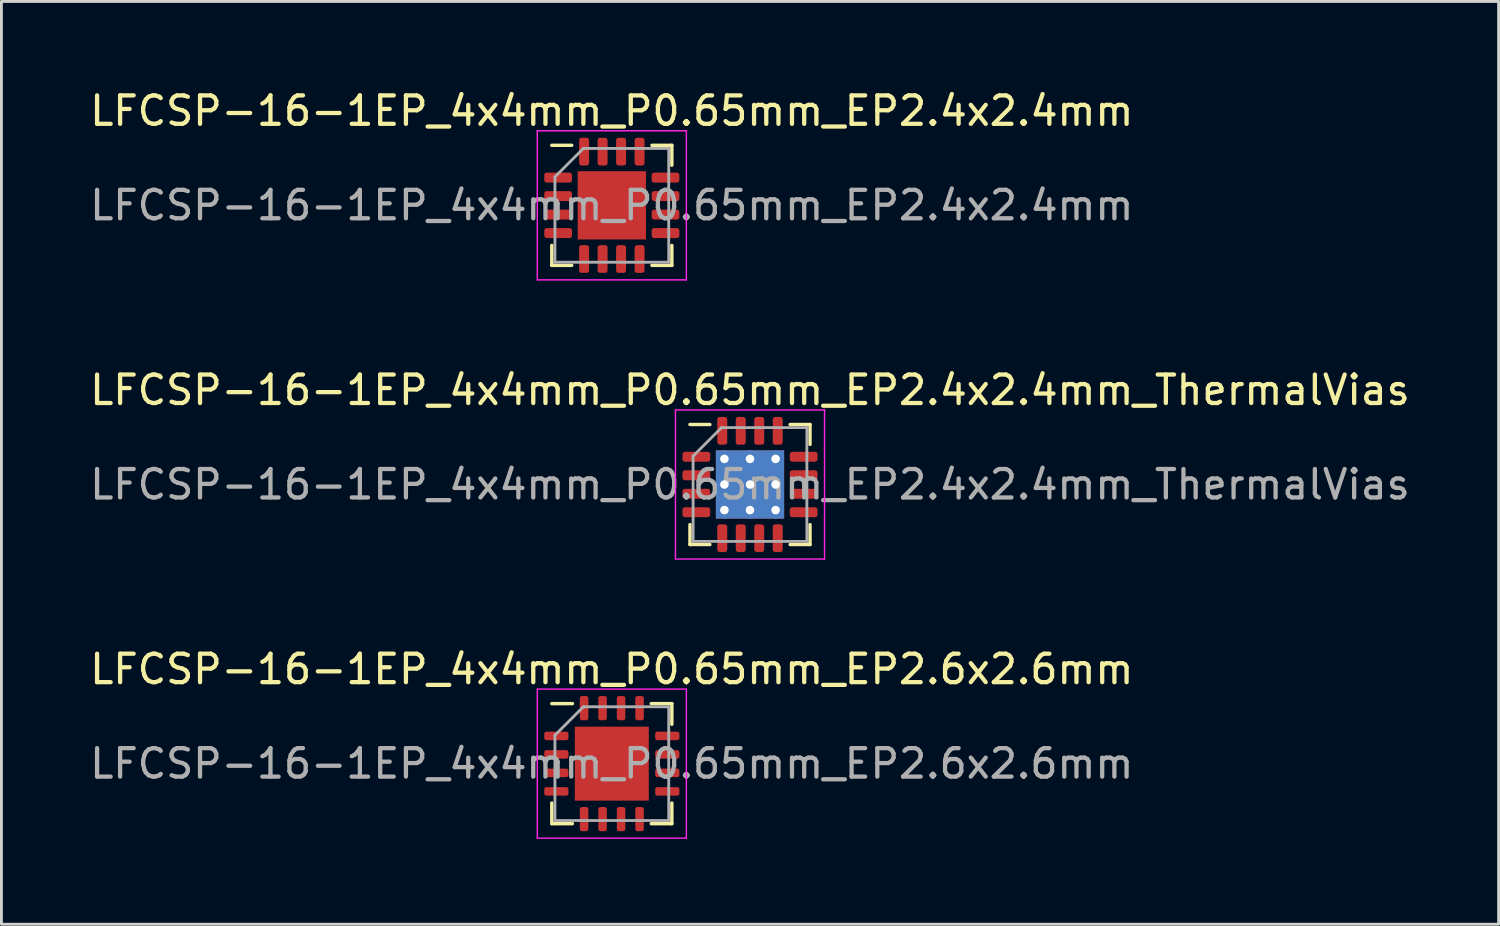
<source format=kicad_pcb>
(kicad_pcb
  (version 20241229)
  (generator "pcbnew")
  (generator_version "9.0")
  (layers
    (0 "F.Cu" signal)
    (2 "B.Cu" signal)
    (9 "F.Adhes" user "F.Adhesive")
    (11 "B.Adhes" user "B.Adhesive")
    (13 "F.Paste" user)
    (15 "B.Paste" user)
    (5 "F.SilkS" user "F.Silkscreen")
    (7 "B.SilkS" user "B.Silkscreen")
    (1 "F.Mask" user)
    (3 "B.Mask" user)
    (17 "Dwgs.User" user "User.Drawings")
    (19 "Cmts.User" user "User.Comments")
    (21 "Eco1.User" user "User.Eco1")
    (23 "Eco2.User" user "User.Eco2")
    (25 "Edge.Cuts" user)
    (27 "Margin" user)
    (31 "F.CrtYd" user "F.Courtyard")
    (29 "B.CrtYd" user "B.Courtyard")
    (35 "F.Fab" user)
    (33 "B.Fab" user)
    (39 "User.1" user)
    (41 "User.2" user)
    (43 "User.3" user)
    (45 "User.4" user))
  (footprint "LFCSP-16-1EP_4x4mm_P0.65mm_EP2.4x2.4mm"
    (layer "F.Cu")
    (at 18.458 4.168)
    (property "Reference" "LFCSP-16-1EP_4x4mm_P0.65mm_EP2.4x2.4mm" (at 0 -3.32 0) (layer "F.SilkS") (effects (font (size 1 1) (thickness 0.15))))
    (attr smd)
    (fp_line (start -2.11 2.11) (end -2.11 1.41) (stroke (width 0.12) (type solid)) (layer "F.SilkS"))
    (fp_line (start -1.41 -2.11) (end -2.11 -2.11) (stroke (width 0.12) (type solid)) (layer "F.SilkS"))
    (fp_line (start -1.41 2.11) (end -2.11 2.11) (stroke (width 0.12) (type solid)) (layer "F.SilkS"))
    (fp_line (start 1.41 -2.11) (end 2.11 -2.11) (stroke (width 0.12) (type solid)) (layer "F.SilkS"))
    (fp_line (start 1.41 2.11) (end 2.11 2.11) (stroke (width 0.12) (type solid)) (layer "F.SilkS"))
    (fp_line (start 2.11 -2.11) (end 2.11 -1.41) (stroke (width 0.12) (type solid)) (layer "F.SilkS"))
    (fp_line (start 2.11 2.11) (end 2.11 1.41) (stroke (width 0.12) (type solid)) (layer "F.SilkS"))
    (fp_line (start -2.62 -2.62) (end -2.62 2.62) (stroke (width 0.05) (type solid)) (layer "F.CrtYd"))
    (fp_line (start -2.62 2.62) (end 2.62 2.62) (stroke (width 0.05) (type solid)) (layer "F.CrtYd"))
    (fp_line (start 2.62 -2.62) (end -2.62 -2.62) (stroke (width 0.05) (type solid)) (layer "F.CrtYd"))
    (fp_line (start 2.62 2.62) (end 2.62 -2.62) (stroke (width 0.05) (type solid)) (layer "F.CrtYd"))
    (fp_line (start -2 -1) (end -1 -2) (stroke (width 0.1) (type solid)) (layer "F.Fab"))
    (fp_line (start -2 2) (end -2 -1) (stroke (width 0.1) (type solid)) (layer "F.Fab"))
    (fp_line (start -1 -2) (end 2 -2) (stroke (width 0.1) (type solid)) (layer "F.Fab"))
    (fp_line (start 2 -2) (end 2 2) (stroke (width 0.1) (type solid)) (layer "F.Fab"))
    (fp_line (start 2 2) (end -2 2) (stroke (width 0.1) (type solid)) (layer "F.Fab"))
    (fp_text user "${REFERENCE}" (at 0 0 0) (layer "F.Fab") (effects (font (size 1 1) (thickness 0.15))))
    (pad "" smd roundrect (at -0.6 -0.6) (size 0.97 0.97) (layers "F.Paste") (roundrect_rratio 0.25))
    (pad "" smd roundrect (at -0.6 0.6) (size 0.97 0.97) (layers "F.Paste") (roundrect_rratio 0.25))
    (pad "" smd roundrect (at 0.6 -0.6) (size 0.97 0.97) (layers "F.Paste") (roundrect_rratio 0.25))
    (pad "" smd roundrect (at 0.6 0.6) (size 0.97 0.97) (layers "F.Paste") (roundrect_rratio 0.25))
    (pad "1" smd roundrect (at -1.887 -0.975) (size 0.975 0.35) (layers "F.Cu" "F.Mask" "F.Paste") (roundrect_rratio 0.25))
    (pad "2" smd roundrect (at -1.887 -0.325) (size 0.975 0.35) (layers "F.Cu" "F.Mask" "F.Paste") (roundrect_rratio 0.25))
    (pad "3" smd roundrect (at -1.887 0.325) (size 0.975 0.35) (layers "F.Cu" "F.Mask" "F.Paste") (roundrect_rratio 0.25))
    (pad "4" smd roundrect (at -1.887 0.975) (size 0.975 0.35) (layers "F.Cu" "F.Mask" "F.Paste") (roundrect_rratio 0.25))
    (pad "5" smd roundrect (at -0.975 1.887) (size 0.35 0.975) (layers "F.Cu" "F.Mask" "F.Paste") (roundrect_rratio 0.25))
    (pad "6" smd roundrect (at -0.325 1.887) (size 0.35 0.975) (layers "F.Cu" "F.Mask" "F.Paste") (roundrect_rratio 0.25))
    (pad "7" smd roundrect (at 0.325 1.887) (size 0.35 0.975) (layers "F.Cu" "F.Mask" "F.Paste") (roundrect_rratio 0.25))
    (pad "8" smd roundrect (at 0.975 1.887) (size 0.35 0.975) (layers "F.Cu" "F.Mask" "F.Paste") (roundrect_rratio 0.25))
    (pad "9" smd roundrect (at 1.887 0.975) (size 0.975 0.35) (layers "F.Cu" "F.Mask" "F.Paste") (roundrect_rratio 0.25))
    (pad "10" smd roundrect (at 1.887 0.325) (size 0.975 0.35) (layers "F.Cu" "F.Mask" "F.Paste") (roundrect_rratio 0.25))
    (pad "11" smd roundrect (at 1.887 -0.325) (size 0.975 0.35) (layers "F.Cu" "F.Mask" "F.Paste") (roundrect_rratio 0.25))
    (pad "12" smd roundrect (at 1.887 -0.975) (size 0.975 0.35) (layers "F.Cu" "F.Mask" "F.Paste") (roundrect_rratio 0.25))
    (pad "13" smd roundrect (at 0.975 -1.887) (size 0.35 0.975) (layers "F.Cu" "F.Mask" "F.Paste") (roundrect_rratio 0.25))
    (pad "14" smd roundrect (at 0.325 -1.887) (size 0.35 0.975) (layers "F.Cu" "F.Mask" "F.Paste") (roundrect_rratio 0.25))
    (pad "15" smd roundrect (at -0.325 -1.887) (size 0.35 0.975) (layers "F.Cu" "F.Mask" "F.Paste") (roundrect_rratio 0.25))
    (pad "16" smd roundrect (at -0.975 -1.887) (size 0.35 0.975) (layers "F.Cu" "F.Mask" "F.Paste") (roundrect_rratio 0.25))
    (pad "17" smd rect (at 0 0) (size 2.4 2.4) (layers "F.Cu" "F.Mask")))
  (footprint "LFCSP-16-1EP_4x4mm_P0.65mm_EP2.6x2.6mm"
    (layer "F.Cu")
    (at 18.458 23.795)
    (property "Reference" "LFCSP-16-1EP_4x4mm_P0.65mm_EP2.6x2.6mm" (at 0 -3.32 0) (layer "F.SilkS") (effects (font (size 1 1) (thickness 0.15))))
    (attr smd)
    (fp_line (start -2.11 2.11) (end -2.11 1.385) (stroke (width 0.12) (type solid)) (layer "F.SilkS"))
    (fp_line (start -1.385 -2.11) (end -2.11 -2.11) (stroke (width 0.12) (type solid)) (layer "F.SilkS"))
    (fp_line (start -1.385 2.11) (end -2.11 2.11) (stroke (width 0.12) (type solid)) (layer "F.SilkS"))
    (fp_line (start 1.385 -2.11) (end 2.11 -2.11) (stroke (width 0.12) (type solid)) (layer "F.SilkS"))
    (fp_line (start 1.385 2.11) (end 2.11 2.11) (stroke (width 0.12) (type solid)) (layer "F.SilkS"))
    (fp_line (start 2.11 -2.11) (end 2.11 -1.385) (stroke (width 0.12) (type solid)) (layer "F.SilkS"))
    (fp_line (start 2.11 2.11) (end 2.11 1.385) (stroke (width 0.12) (type solid)) (layer "F.SilkS"))
    (fp_line (start -2.62 -2.62) (end -2.62 2.62) (stroke (width 0.05) (type solid)) (layer "F.CrtYd"))
    (fp_line (start -2.62 2.62) (end 2.62 2.62) (stroke (width 0.05) (type solid)) (layer "F.CrtYd"))
    (fp_line (start 2.62 -2.62) (end -2.62 -2.62) (stroke (width 0.05) (type solid)) (layer "F.CrtYd"))
    (fp_line (start 2.62 2.62) (end 2.62 -2.62) (stroke (width 0.05) (type solid)) (layer "F.CrtYd"))
    (fp_line (start -2 -1) (end -1 -2) (stroke (width 0.1) (type solid)) (layer "F.Fab"))
    (fp_line (start -2 2) (end -2 -1) (stroke (width 0.1) (type solid)) (layer "F.Fab"))
    (fp_line (start -1 -2) (end 2 -2) (stroke (width 0.1) (type solid)) (layer "F.Fab"))
    (fp_line (start 2 -2) (end 2 2) (stroke (width 0.1) (type solid)) (layer "F.Fab"))
    (fp_line (start 2 2) (end -2 2) (stroke (width 0.1) (type solid)) (layer "F.Fab"))
    (fp_text user "${REFERENCE}" (at 0 0 0) (layer "F.Fab") (effects (font (size 1 1) (thickness 0.15))))
    (pad "" smd roundrect (at -0.65 -0.65) (size 1.05 1.05) (layers "F.Paste") (roundrect_rratio 0.238))
    (pad "" smd roundrect (at -0.65 0.65) (size 1.05 1.05) (layers "F.Paste") (roundrect_rratio 0.238))
    (pad "" smd roundrect (at 0.65 -0.65) (size 1.05 1.05) (layers "F.Paste") (roundrect_rratio 0.238))
    (pad "" smd roundrect (at 0.65 0.65) (size 1.05 1.05) (layers "F.Paste") (roundrect_rratio 0.238))
    (pad "1" smd roundrect (at -1.95 -0.975) (size 0.85 0.3) (layers "F.Cu" "F.Mask" "F.Paste") (roundrect_rratio 0.25))
    (pad "2" smd roundrect (at -1.95 -0.325) (size 0.85 0.3) (layers "F.Cu" "F.Mask" "F.Paste") (roundrect_rratio 0.25))
    (pad "3" smd roundrect (at -1.95 0.325) (size 0.85 0.3) (layers "F.Cu" "F.Mask" "F.Paste") (roundrect_rratio 0.25))
    (pad "4" smd roundrect (at -1.95 0.975) (size 0.85 0.3) (layers "F.Cu" "F.Mask" "F.Paste") (roundrect_rratio 0.25))
    (pad "5" smd roundrect (at -0.975 1.95) (size 0.3 0.85) (layers "F.Cu" "F.Mask" "F.Paste") (roundrect_rratio 0.25))
    (pad "6" smd roundrect (at -0.325 1.95) (size 0.3 0.85) (layers "F.Cu" "F.Mask" "F.Paste") (roundrect_rratio 0.25))
    (pad "7" smd roundrect (at 0.325 1.95) (size 0.3 0.85) (layers "F.Cu" "F.Mask" "F.Paste") (roundrect_rratio 0.25))
    (pad "8" smd roundrect (at 0.975 1.95) (size 0.3 0.85) (layers "F.Cu" "F.Mask" "F.Paste") (roundrect_rratio 0.25))
    (pad "9" smd roundrect (at 1.95 0.975) (size 0.85 0.3) (layers "F.Cu" "F.Mask" "F.Paste") (roundrect_rratio 0.25))
    (pad "10" smd roundrect (at 1.95 0.325) (size 0.85 0.3) (layers "F.Cu" "F.Mask" "F.Paste") (roundrect_rratio 0.25))
    (pad "11" smd roundrect (at 1.95 -0.325) (size 0.85 0.3) (layers "F.Cu" "F.Mask" "F.Paste") (roundrect_rratio 0.25))
    (pad "12" smd roundrect (at 1.95 -0.975) (size 0.85 0.3) (layers "F.Cu" "F.Mask" "F.Paste") (roundrect_rratio 0.25))
    (pad "13" smd roundrect (at 0.975 -1.95) (size 0.3 0.85) (layers "F.Cu" "F.Mask" "F.Paste") (roundrect_rratio 0.25))
    (pad "14" smd roundrect (at 0.325 -1.95) (size 0.3 0.85) (layers "F.Cu" "F.Mask" "F.Paste") (roundrect_rratio 0.25))
    (pad "15" smd roundrect (at -0.325 -1.95) (size 0.3 0.85) (layers "F.Cu" "F.Mask" "F.Paste") (roundrect_rratio 0.25))
    (pad "16" smd roundrect (at -0.975 -1.95) (size 0.3 0.85) (layers "F.Cu" "F.Mask" "F.Paste") (roundrect_rratio 0.25))
    (pad "17" smd rect (at 0 0) (size 2.6 2.6) (layers "F.Cu" "F.Mask")))
  (footprint "LFCSP-16-1EP_4x4mm_P0.65mm_EP2.4x2.4mm_ThermalVias"
    (layer "F.Cu")
    (at 23.315 13.982)
    (property "Reference" "LFCSP-16-1EP_4x4mm_P0.65mm_EP2.4x2.4mm_ThermalVias" (at 0 -3.32 0) (layer "F.SilkS") (effects (font (size 1 1) (thickness 0.15))))
    (attr smd)
    (fp_line (start -2.11 2.11) (end -2.11 1.41) (stroke (width 0.12) (type solid)) (layer "F.SilkS"))
    (fp_line (start -1.41 -2.11) (end -2.11 -2.11) (stroke (width 0.12) (type solid)) (layer "F.SilkS"))
    (fp_line (start -1.41 2.11) (end -2.11 2.11) (stroke (width 0.12) (type solid)) (layer "F.SilkS"))
    (fp_line (start 1.41 -2.11) (end 2.11 -2.11) (stroke (width 0.12) (type solid)) (layer "F.SilkS"))
    (fp_line (start 1.41 2.11) (end 2.11 2.11) (stroke (width 0.12) (type solid)) (layer "F.SilkS"))
    (fp_line (start 2.11 -2.11) (end 2.11 -1.41) (stroke (width 0.12) (type solid)) (layer "F.SilkS"))
    (fp_line (start 2.11 2.11) (end 2.11 1.41) (stroke (width 0.12) (type solid)) (layer "F.SilkS"))
    (fp_line (start -2.62 -2.62) (end -2.62 2.62) (stroke (width 0.05) (type solid)) (layer "F.CrtYd"))
    (fp_line (start -2.62 2.62) (end 2.62 2.62) (stroke (width 0.05) (type solid)) (layer "F.CrtYd"))
    (fp_line (start 2.62 -2.62) (end -2.62 -2.62) (stroke (width 0.05) (type solid)) (layer "F.CrtYd"))
    (fp_line (start 2.62 2.62) (end 2.62 -2.62) (stroke (width 0.05) (type solid)) (layer "F.CrtYd"))
    (fp_line (start -2 -1) (end -1 -2) (stroke (width 0.1) (type solid)) (layer "F.Fab"))
    (fp_line (start -2 2) (end -2 -1) (stroke (width 0.1) (type solid)) (layer "F.Fab"))
    (fp_line (start -1 -2) (end 2 -2) (stroke (width 0.1) (type solid)) (layer "F.Fab"))
    (fp_line (start 2 -2) (end 2 2) (stroke (width 0.1) (type solid)) (layer "F.Fab"))
    (fp_line (start 2 2) (end -2 2) (stroke (width 0.1) (type solid)) (layer "F.Fab"))
    (fp_text user "${REFERENCE}" (at 0 0 0) (layer "F.Fab") (effects (font (size 1 1) (thickness 0.15))))
    (pad "" smd roundrect (at -0.6 -0.6) (size 1.04 1.04) (layers "F.Paste") (roundrect_rratio 0.24))
    (pad "" smd roundrect (at -0.6 0.6) (size 1.04 1.04) (layers "F.Paste") (roundrect_rratio 0.24))
    (pad "" smd roundrect (at 0.6 -0.6) (size 1.04 1.04) (layers "F.Paste") (roundrect_rratio 0.24))
    (pad "" smd roundrect (at 0.6 0.6) (size 1.04 1.04) (layers "F.Paste") (roundrect_rratio 0.24))
    (pad "1" smd roundrect (at -1.887 -0.975) (size 0.975 0.35) (layers "F.Cu" "F.Mask" "F.Paste") (roundrect_rratio 0.25))
    (pad "2" smd roundrect (at -1.887 -0.325) (size 0.975 0.35) (layers "F.Cu" "F.Mask" "F.Paste") (roundrect_rratio 0.25))
    (pad "3" smd roundrect (at -1.887 0.325) (size 0.975 0.35) (layers "F.Cu" "F.Mask" "F.Paste") (roundrect_rratio 0.25))
    (pad "4" smd roundrect (at -1.887 0.975) (size 0.975 0.35) (layers "F.Cu" "F.Mask" "F.Paste") (roundrect_rratio 0.25))
    (pad "5" smd roundrect (at -0.975 1.887) (size 0.35 0.975) (layers "F.Cu" "F.Mask" "F.Paste") (roundrect_rratio 0.25))
    (pad "6" smd roundrect (at -0.325 1.887) (size 0.35 0.975) (layers "F.Cu" "F.Mask" "F.Paste") (roundrect_rratio 0.25))
    (pad "7" smd roundrect (at 0.325 1.887) (size 0.35 0.975) (layers "F.Cu" "F.Mask" "F.Paste") (roundrect_rratio 0.25))
    (pad "8" smd roundrect (at 0.975 1.887) (size 0.35 0.975) (layers "F.Cu" "F.Mask" "F.Paste") (roundrect_rratio 0.25))
    (pad "9" smd roundrect (at 1.887 0.975) (size 0.975 0.35) (layers "F.Cu" "F.Mask" "F.Paste") (roundrect_rratio 0.25))
    (pad "10" smd roundrect (at 1.887 0.325) (size 0.975 0.35) (layers "F.Cu" "F.Mask" "F.Paste") (roundrect_rratio 0.25))
    (pad "11" smd roundrect (at 1.887 -0.325) (size 0.975 0.35) (layers "F.Cu" "F.Mask" "F.Paste") (roundrect_rratio 0.25))
    (pad "12" smd roundrect (at 1.887 -0.975) (size 0.975 0.35) (layers "F.Cu" "F.Mask" "F.Paste") (roundrect_rratio 0.25))
    (pad "13" smd roundrect (at 0.975 -1.887) (size 0.35 0.975) (layers "F.Cu" "F.Mask" "F.Paste") (roundrect_rratio 0.25))
    (pad "14" smd roundrect (at 0.325 -1.887) (size 0.35 0.975) (layers "F.Cu" "F.Mask" "F.Paste") (roundrect_rratio 0.25))
    (pad "15" smd roundrect (at -0.325 -1.887) (size 0.35 0.975) (layers "F.Cu" "F.Mask" "F.Paste") (roundrect_rratio 0.25))
    (pad "16" smd roundrect (at -0.975 -1.887) (size 0.35 0.975) (layers "F.Cu" "F.Mask" "F.Paste") (roundrect_rratio 0.25))
    (pad "17" thru_hole circle (at -0.9 -0.9) (size 0.6 0.6) (drill 0.3) (layers "*.Cu"))
    (pad "17" thru_hole circle (at -0.9 0) (size 0.6 0.6) (drill 0.3) (layers "*.Cu"))
    (pad "17" thru_hole circle (at -0.9 0.9) (size 0.6 0.6) (drill 0.3) (layers "*.Cu"))
    (pad "17" thru_hole circle (at 0 -0.9) (size 0.6 0.6) (drill 0.3) (layers "*.Cu"))
    (pad "17" thru_hole circle (at 0 0) (size 0.6 0.6) (drill 0.3) (layers "*.Cu"))
    (pad "17" smd rect (at 0 0) (size 2.4 2.4) (layers "F.Cu" "F.Mask"))
    (pad "17" smd rect (at 0 0) (size 2.4 2.4) (layers "B.Cu"))
    (pad "17" thru_hole circle (at 0 0.9) (size 0.6 0.6) (drill 0.3) (layers "*.Cu"))
    (pad "17" thru_hole circle (at 0.9 -0.9) (size 0.6 0.6) (drill 0.3) (layers "*.Cu"))
    (pad "17" thru_hole circle (at 0.9 0) (size 0.6 0.6) (drill 0.3) (layers "*.Cu"))
    (pad "17" thru_hole circle (at 0.9 0.9) (size 0.6 0.6) (drill 0.3) (layers "*.Cu")))
  (gr_rect
    (start -3 -3)
    (end 49.631 29.44)
    (stroke (width 0.1) (type default))
    (fill no)
    (layer "Edge.Cuts")))
</source>
